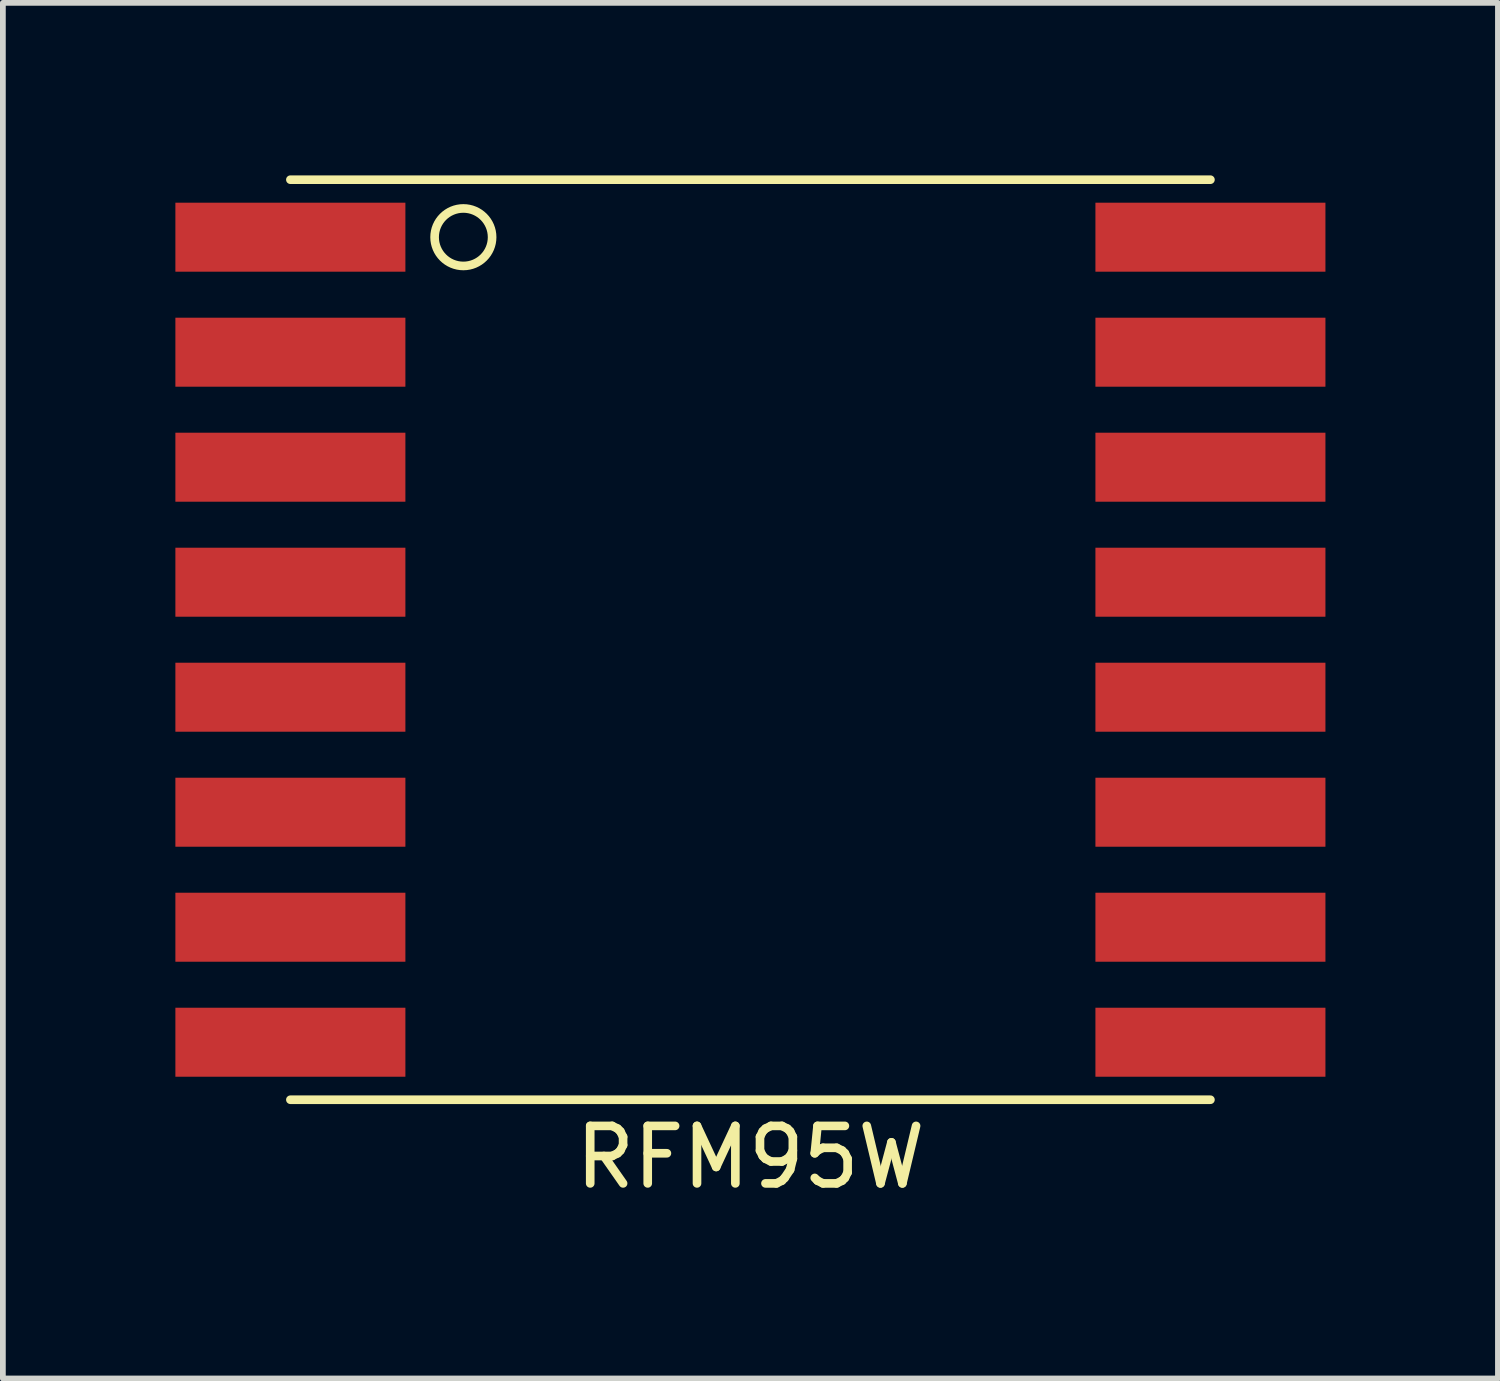
<source format=kicad_pcb>
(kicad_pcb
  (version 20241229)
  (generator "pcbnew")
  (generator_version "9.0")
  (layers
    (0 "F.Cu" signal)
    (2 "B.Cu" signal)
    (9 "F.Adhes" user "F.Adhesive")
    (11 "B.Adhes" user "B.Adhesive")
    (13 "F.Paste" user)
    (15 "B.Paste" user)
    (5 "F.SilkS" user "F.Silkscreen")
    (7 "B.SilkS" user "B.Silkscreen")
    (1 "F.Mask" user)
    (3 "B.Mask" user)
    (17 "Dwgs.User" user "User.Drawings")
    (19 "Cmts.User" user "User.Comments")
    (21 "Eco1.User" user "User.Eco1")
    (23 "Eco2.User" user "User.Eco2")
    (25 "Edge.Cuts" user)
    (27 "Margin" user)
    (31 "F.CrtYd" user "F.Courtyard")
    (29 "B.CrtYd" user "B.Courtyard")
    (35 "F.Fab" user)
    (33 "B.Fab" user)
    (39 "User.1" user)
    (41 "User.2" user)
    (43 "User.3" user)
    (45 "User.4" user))
  (footprint "RFM95W"
    (layer "F.Cu")
    (at 10 8.075)
    (property "Reference" "RFM95W" (at 0 9 0) (layer "F.SilkS") (effects (font (size 1 1) (thickness 0.15))))
    (attr smd)
    (fp_line (start -8 -8) (end 8 -8) (stroke (width 0.15) (type solid)) (layer "F.SilkS"))
    (fp_line (start -8 8) (end 8 8) (stroke (width 0.15) (type solid)) (layer "F.SilkS"))
    (fp_circle (center -4.992 -7) (end -4.992 -6.5) (stroke (width 0.15) (type solid)) (fill no) (layer "F.SilkS"))
    (pad "1" smd rect (at -8 -7) (size 4 1.2) (layers "F.Cu" "F.Mask" "F.Paste"))
    (pad "2" smd rect (at -8 -5) (size 4 1.2) (layers "F.Cu" "F.Mask" "F.Paste"))
    (pad "3" smd rect (at -8 -3) (size 4 1.2) (layers "F.Cu" "F.Mask" "F.Paste"))
    (pad "4" smd rect (at -8 -1) (size 4 1.2) (layers "F.Cu" "F.Mask" "F.Paste"))
    (pad "5" smd rect (at -8 1) (size 4 1.2) (layers "F.Cu" "F.Mask" "F.Paste"))
    (pad "6" smd rect (at -8 3) (size 4 1.2) (layers "F.Cu" "F.Mask" "F.Paste"))
    (pad "7" smd rect (at -8 5) (size 4 1.2) (layers "F.Cu" "F.Mask" "F.Paste"))
    (pad "8" smd rect (at -8 7) (size 4 1.2) (layers "F.Cu" "F.Mask" "F.Paste"))
    (pad "9" smd rect (at 8 7) (size 4 1.2) (layers "F.Cu" "F.Mask" "F.Paste"))
    (pad "10" smd rect (at 8 5) (size 4 1.2) (layers "F.Cu" "F.Mask" "F.Paste"))
    (pad "11" smd rect (at 8 3) (size 4 1.2) (layers "F.Cu" "F.Mask" "F.Paste"))
    (pad "12" smd rect (at 8 1) (size 4 1.2) (layers "F.Cu" "F.Mask" "F.Paste"))
    (pad "13" smd rect (at 8 -1) (size 4 1.2) (layers "F.Cu" "F.Mask" "F.Paste"))
    (pad "14" smd rect (at 8 -3) (size 4 1.2) (layers "F.Cu" "F.Mask" "F.Paste"))
    (pad "15" smd rect (at 8 -5) (size 4 1.2) (layers "F.Cu" "F.Mask" "F.Paste"))
    (pad "16" smd rect (at 8 -7) (size 4 1.2) (layers "F.Cu" "F.Mask" "F.Paste")))
  (gr_rect
    (start -3 -3)
    (end 23 20.923)
    (stroke (width 0.1) (type default))
    (fill no)
    (layer "Edge.Cuts")))
</source>
